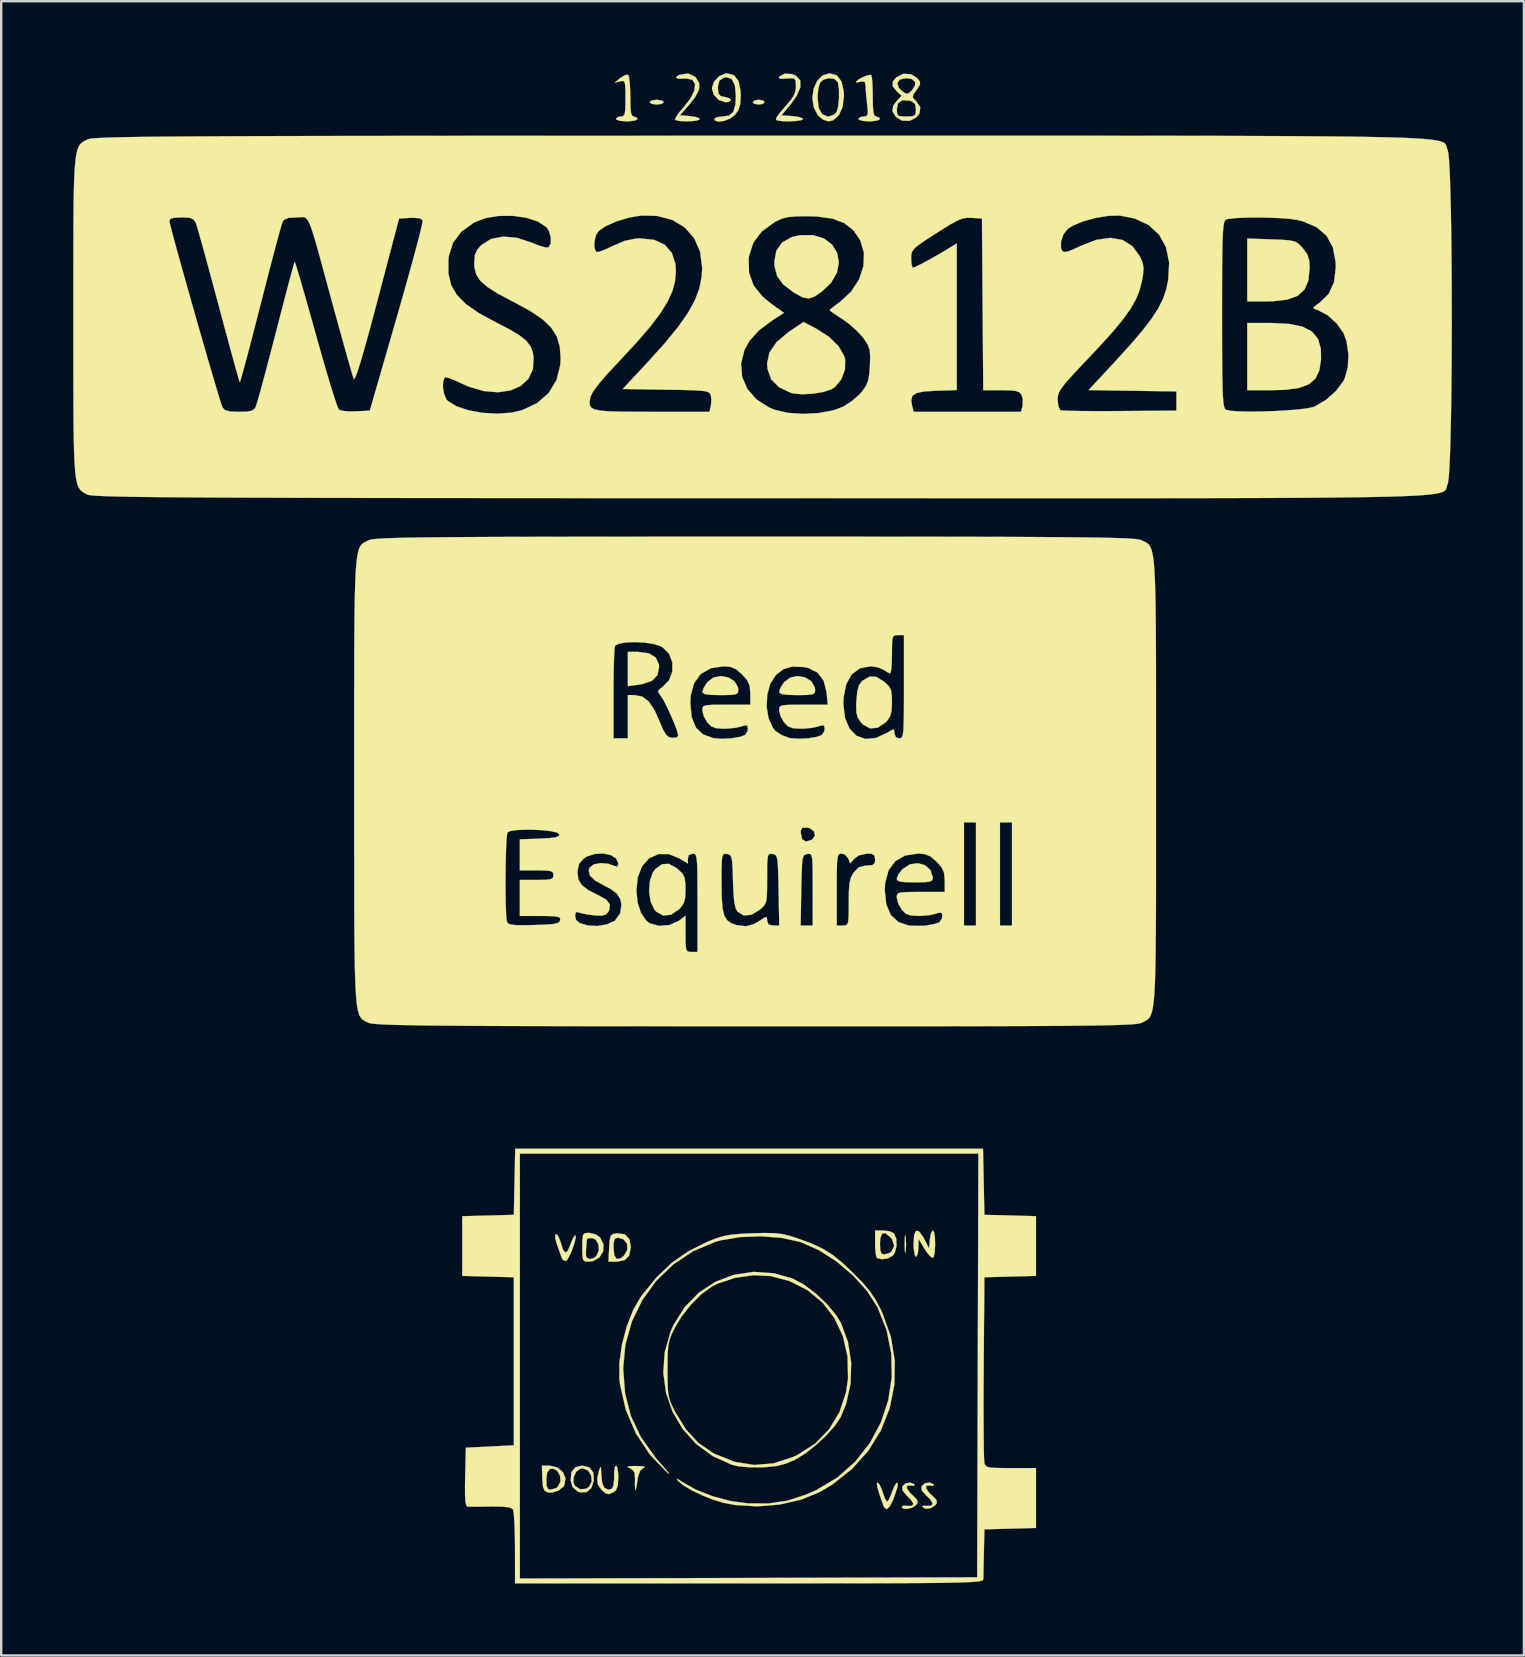
<source format=kicad_pcb>
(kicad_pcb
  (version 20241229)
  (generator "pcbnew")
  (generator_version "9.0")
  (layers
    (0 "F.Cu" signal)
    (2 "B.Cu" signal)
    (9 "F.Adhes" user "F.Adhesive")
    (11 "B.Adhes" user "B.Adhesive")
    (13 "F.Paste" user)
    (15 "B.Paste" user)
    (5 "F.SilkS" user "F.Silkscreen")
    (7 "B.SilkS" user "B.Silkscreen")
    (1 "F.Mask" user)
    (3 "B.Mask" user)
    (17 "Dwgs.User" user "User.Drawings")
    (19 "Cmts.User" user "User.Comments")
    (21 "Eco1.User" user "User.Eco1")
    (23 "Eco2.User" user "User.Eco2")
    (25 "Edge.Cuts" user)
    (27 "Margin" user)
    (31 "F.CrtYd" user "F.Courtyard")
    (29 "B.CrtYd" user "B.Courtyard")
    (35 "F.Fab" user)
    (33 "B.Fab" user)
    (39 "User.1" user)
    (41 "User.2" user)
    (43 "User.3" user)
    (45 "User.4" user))
  (footprint "WS2812B_BACKART_INV"
    (layer "F.Cu")
    (at 29.905 28.905)
    (property "Reference" "WS2812B_BACKART_INV" (at 0 0 0) (layer "F.SilkS") (effects (font (size 1.524 1.524) (thickness 0.3))))
    (attr through_hole)
    (fp_poly (pts (xy -1.162 -27.766) (xy -1.1 -27.7) (xy -1.186 -27.625) (xy -1.35 -27.6) (xy -1.538 -27.634) (xy -1.6 -27.7) (xy -1.514 -27.775) (xy -1.35 -27.8) (xy -1.162 -27.766)) (stroke (width 0.01) (type solid)) (fill yes) (layer "F.SilkS"))
    (fp_poly (pts (xy 4.772 19.574) (xy 4.772 19.577) (xy 4.789 19.903) (xy 4.771 20.177) (xy 4.751 20.232) (xy 4.736 20.113) (xy 4.731 19.85) (xy 4.737 19.593) (xy 4.752 19.495) (xy 4.772 19.574)) (stroke (width 0.01) (type solid)) (fill yes) (layer "F.SilkS"))
    (fp_poly (pts (xy -5.926 -4.74) (xy -5.636 -4.561) (xy -5.507 -4.266) (xy -5.5 -4.16) (xy -5.571 -3.828) (xy -5.792 -3.599) (xy -6.18 -3.462) (xy -6.332 -3.437) (xy -6.8 -3.373) (xy -6.8 -4.8) (xy -6.372 -4.8) (xy -5.926 -4.74)) (stroke (width 0.01) (type solid)) (fill yes) (layer "F.SilkS"))
    (fp_poly (pts (xy -5.389 -27.771) (xy -5.3 -27.701) (xy -5.3 -27.7) (xy -5.387 -27.63) (xy -5.596 -27.6) (xy -5.6 -27.6) (xy -5.811 -27.629) (xy -5.9 -27.699) (xy -5.9 -27.7) (xy -5.813 -27.77) (xy -5.604 -27.8) (xy -5.6 -27.8) (xy -5.389 -27.771)) (stroke (width 0.01) (type solid)) (fill yes) (layer "F.SilkS"))
    (fp_poly (pts (xy 20.741 -18.464) (xy 21.298 -18.349) (xy 21.695 -18.145) (xy 21.946 -17.841) (xy 22.066 -17.428) (xy 22.074 -16.979) (xy 22.003 -16.526) (xy 21.842 -16.187) (xy 21.569 -15.948) (xy 21.162 -15.796) (xy 20.601 -15.718) (xy 20.003 -15.7) (xy 19 -15.7) (xy 19 -18.5) (xy 20.01 -18.5) (xy 20.741 -18.464)) (stroke (width 0.01) (type solid)) (fill yes) (layer "F.SilkS"))
    (fp_poly (pts (xy -6.173 29.124) (xy -6.09 29.155) (xy -6.15 29.192) (xy -6.29 29.306) (xy -6.376 29.548) (xy -6.409 29.759) (xy -6.447 30.008) (xy -6.48 30.12) (xy -6.494 30.1) (xy -6.507 29.897) (xy -6.502 29.625) (xy -6.524 29.373) (xy -6.651 29.237) (xy -6.717 29.206) (xy -6.821 29.152) (xy -6.772 29.123) (xy -6.549 29.114) (xy -6.45 29.113) (xy -6.173 29.124)) (stroke (width 0.01) (type solid)) (fill yes) (layer "F.SilkS"))
    (fp_poly (pts (xy -2.616 -3.738) (xy -2.361 -3.577) (xy -2.215 -3.326) (xy -2.2 -3.2) (xy -2.218 -3.098) (xy -2.298 -3.038) (xy -2.484 -3.009) (xy -2.815 -3) (xy -2.95 -3) (xy -3.356 -3.01) (xy -3.593 -3.042) (xy -3.692 -3.103) (xy -3.7 -3.137) (xy -3.642 -3.305) (xy -3.501 -3.525) (xy -3.493 -3.537) (xy -3.237 -3.732) (xy -2.927 -3.794) (xy -2.616 -3.738)) (stroke (width 0.01) (type solid)) (fill yes) (layer "F.SilkS"))
    (fp_poly (pts (xy 0.584 -3.738) (xy 0.839 -3.577) (xy 0.985 -3.326) (xy 1 -3.2) (xy 0.982 -3.098) (xy 0.902 -3.038) (xy 0.716 -3.009) (xy 0.385 -3) (xy 0.25 -3) (xy -0.156 -3.01) (xy -0.393 -3.042) (xy -0.492 -3.103) (xy -0.5 -3.137) (xy -0.442 -3.305) (xy -0.301 -3.525) (xy -0.293 -3.537) (xy -0.037 -3.732) (xy 0.273 -3.794) (xy 0.584 -3.738)) (stroke (width 0.01) (type solid)) (fill yes) (layer "F.SilkS"))
    (fp_poly (pts (xy 5.575 4.084) (xy 5.8 4.283) (xy 5.899 4.583) (xy 5.9 4.622) (xy 5.876 4.714) (xy 5.776 4.768) (xy 5.56 4.793) (xy 5.187 4.8) (xy 5.15 4.8) (xy 4.757 4.793) (xy 4.526 4.765) (xy 4.42 4.71) (xy 4.4 4.645) (xy 4.466 4.474) (xy 4.628 4.263) (xy 4.645 4.245) (xy 4.948 4.05) (xy 5.274 4.002) (xy 5.575 4.084)) (stroke (width 0.01) (type solid)) (fill yes) (layer "F.SilkS"))
    (fp_poly (pts (xy 20.008 -21.984) (xy 20.467 -21.966) (xy 20.773 -21.941) (xy 20.974 -21.896) (xy 21.116 -21.817) (xy 21.246 -21.692) (xy 21.308 -21.623) (xy 21.497 -21.37) (xy 21.582 -21.106) (xy 21.6 -20.793) (xy 21.55 -20.28) (xy 21.389 -19.898) (xy 21.099 -19.634) (xy 20.664 -19.474) (xy 20.066 -19.405) (xy 19.803 -19.4) (xy 19 -19.4) (xy 19 -22.019) (xy 20.008 -21.984)) (stroke (width 0.01) (type solid)) (fill yes) (layer "F.SilkS"))
    (fp_poly (pts (xy -4.788 4.195) (xy -4.708 4.259) (xy -4.53 4.43) (xy -4.437 4.606) (xy -4.404 4.861) (xy -4.4 5.09) (xy -4.414 5.441) (xy -4.473 5.669) (xy -4.602 5.852) (xy -4.68 5.931) (xy -5.011 6.152) (xy -5.33 6.182) (xy -5.617 6.021) (xy -5.693 5.937) (xy -5.852 5.606) (xy -5.916 5.189) (xy -5.886 4.762) (xy -5.765 4.397) (xy -5.655 4.245) (xy -5.376 4.045) (xy -5.099 4.028) (xy -4.788 4.195)) (stroke (width 0.01) (type solid)) (fill yes) (layer "F.SilkS"))
    (fp_poly (pts (xy 1.361 -22.024) (xy 1.703 -21.768) (xy 1.916 -21.425) (xy 1.988 -21.025) (xy 1.908 -20.598) (xy 1.663 -20.173) (xy 1.269 -19.8) (xy 0.961 -19.596) (xy 0.719 -19.52) (xy 0.472 -19.571) (xy 0.151 -19.747) (xy 0.092 -19.784) (xy -0.332 -20.108) (xy -0.584 -20.454) (xy -0.691 -20.864) (xy -0.7 -21.054) (xy -0.616 -21.512) (xy -0.37 -21.857) (xy 0.031 -22.081) (xy 0.338 -22.153) (xy 0.902 -22.162) (xy 1.361 -22.024)) (stroke (width 0.01) (type solid)) (fill yes) (layer "F.SilkS"))
    (fp_poly (pts (xy 1.06 -18.258) (xy 1.582 -17.921) (xy 1.975 -17.533) (xy 2.21 -17.127) (xy 2.251 -16.977) (xy 2.243 -16.557) (xy 2.089 -16.152) (xy 1.824 -15.834) (xy 1.683 -15.741) (xy 1.347 -15.628) (xy 0.909 -15.555) (xy 0.456 -15.532) (xy 0.077 -15.567) (xy -0.006 -15.589) (xy -0.503 -15.824) (xy -0.826 -16.15) (xy -0.982 -16.578) (xy -1 -16.82) (xy -0.903 -17.268) (xy -0.612 -17.697) (xy -0.125 -18.112) (xy -0.044 -18.167) (xy 0.519 -18.541) (xy 1.06 -18.258)) (stroke (width 0.01) (type solid)) (fill yes) (layer "F.SilkS"))
    (fp_poly (pts (xy 3.683 29.886) (xy 3.78 30.103) (xy 3.812 30.2) (xy 3.901 30.447) (xy 3.979 30.588) (xy 4 30.6) (xy 4.07 30.515) (xy 4.165 30.3) (xy 4.2 30.2) (xy 4.303 29.949) (xy 4.393 29.817) (xy 4.444 29.822) (xy 4.43 29.978) (xy 4.404 30.075) (xy 4.245 30.533) (xy 4.1 30.815) (xy 3.973 30.914) (xy 3.868 30.823) (xy 3.849 30.775) (xy 3.686 30.309) (xy 3.595 30.006) (xy 3.57 29.844) (xy 3.6 29.8) (xy 3.683 29.886)) (stroke (width 0.01) (type solid)) (fill yes) (layer "F.SilkS"))
    (fp_poly (pts (xy -9.722 19.501) (xy -9.633 19.693) (xy -9.602 19.793) (xy -9.498 20.107) (xy -9.401 20.225) (xy -9.303 20.148) (xy -9.199 19.897) (xy -9.101 19.651) (xy -9.013 19.512) (xy -8.99 19.5) (xy -8.969 19.58) (xy -9.012 19.78) (xy -9.098 20.041) (xy -9.205 20.301) (xy -9.31 20.5) (xy -9.383 20.578) (xy -9.505 20.531) (xy -9.56 20.433) (xy -9.634 20.22) (xy -9.738 19.931) (xy -9.757 19.879) (xy -9.828 19.617) (xy -9.815 19.463) (xy -9.802 19.451) (xy -9.722 19.501)) (stroke (width 0.01) (type solid)) (fill yes) (layer "F.SilkS"))
    (fp_poly (pts (xy 3.546 -3.76) (xy 3.855 -3.572) (xy 3.892 -3.541) (xy 4.07 -3.371) (xy 4.162 -3.196) (xy 4.196 -2.944) (xy 4.2 -2.705) (xy 4.185 -2.347) (xy 4.125 -2.113) (xy 3.995 -1.925) (xy 3.936 -1.864) (xy 3.612 -1.643) (xy 3.288 -1.613) (xy 2.991 -1.774) (xy 2.898 -1.875) (xy 2.776 -2.064) (xy 2.718 -2.276) (xy 2.71 -2.583) (xy 2.721 -2.788) (xy 2.759 -3.17) (xy 2.827 -3.411) (xy 2.945 -3.573) (xy 2.992 -3.613) (xy 3.273 -3.773) (xy 3.546 -3.76)) (stroke (width 0.01) (type solid)) (fill yes) (layer "F.SilkS"))
    (fp_poly (pts (xy 5.93 29.871) (xy 5.944 29.891) (xy 5.912 29.942) (xy 5.8 29.929) (xy 5.636 29.928) (xy 5.616 30.032) (xy 5.735 30.211) (xy 5.872 30.343) (xy 6.044 30.514) (xy 6.073 30.635) (xy 6.01 30.739) (xy 5.822 30.867) (xy 5.607 30.896) (xy 5.459 30.814) (xy 5.5 30.767) (xy 5.653 30.776) (xy 5.849 30.769) (xy 5.893 30.663) (xy 5.786 30.486) (xy 5.633 30.345) (xy 5.441 30.127) (xy 5.43 29.966) (xy 5.564 29.838) (xy 5.765 29.801) (xy 5.93 29.871)) (stroke (width 0.01) (type solid)) (fill yes) (layer "F.SilkS"))
    (fp_poly (pts (xy 5.13 29.871) (xy 5.144 29.891) (xy 5.112 29.942) (xy 5 29.929) (xy 4.836 29.928) (xy 4.816 30.032) (xy 4.935 30.211) (xy 5.072 30.343) (xy 5.244 30.514) (xy 5.273 30.635) (xy 5.21 30.739) (xy 5.052 30.844) (xy 4.845 30.897) (xy 4.668 30.887) (xy 4.6 30.814) (xy 4.683 30.766) (xy 4.85 30.776) (xy 5.049 30.773) (xy 5.087 30.67) (xy 4.966 30.488) (xy 4.833 30.361) (xy 4.643 30.133) (xy 4.63 29.966) (xy 4.764 29.838) (xy 4.965 29.802) (xy 5.13 29.871)) (stroke (width 0.01) (type solid)) (fill yes) (layer "F.SilkS"))
    (fp_poly (pts (xy -8.401 29.173) (xy -8.241 29.388) (xy -8.218 29.707) (xy -8.319 30.027) (xy -8.523 30.202) (xy -8.796 30.21) (xy -8.901 30.169) (xy -9.108 29.982) (xy -9.153 29.818) (xy -9.064 29.818) (xy -9.005 29.944) (xy -8.78 30.085) (xy -8.529 30.057) (xy -8.42 29.98) (xy -8.304 29.753) (xy -8.327 29.507) (xy -8.459 29.306) (xy -8.673 29.212) (xy -8.768 29.218) (xy -8.948 29.34) (xy -9.056 29.57) (xy -9.064 29.818) (xy -9.153 29.818) (xy -9.182 29.716) (xy -9.152 29.368) (xy -8.982 29.162) (xy -8.7 29.1) (xy -8.401 29.173)) (stroke (width 0.01) (type solid)) (fill yes) (layer "F.SilkS"))
    (fp_poly (pts (xy -7.237 29.19) (xy -7.206 29.42) (xy -7.2 29.596) (xy -7.219 29.923) (xy -7.289 30.11) (xy -7.393 30.196) (xy -7.585 30.284) (xy -7.718 30.262) (xy -7.886 30.114) (xy -7.9 30.1) (xy -8.051 29.884) (xy -8.078 29.626) (xy -8 29.3) (xy -7.948 29.159) (xy -7.922 29.182) (xy -7.911 29.388) (xy -7.91 29.417) (xy -7.873 29.803) (xy -7.781 30.021) (xy -7.621 30.099) (xy -7.589 30.1) (xy -7.472 30.066) (xy -7.404 29.941) (xy -7.373 29.685) (xy -7.369 29.325) (xy -7.339 29.149) (xy -7.286 29.1) (xy -7.237 29.19)) (stroke (width 0.01) (type solid)) (fill yes) (layer "F.SilkS"))
    (fp_poly (pts (xy 5.959 19.388) (xy 5.989 19.608) (xy 5.998 19.891) (xy 5.984 20.17) (xy 5.948 20.378) (xy 5.91 20.444) (xy 5.812 20.399) (xy 5.661 20.222) (xy 5.564 20.075) (xy 5.308 19.65) (xy 5.304 20.025) (xy 5.278 20.266) (xy 5.218 20.394) (xy 5.2 20.4) (xy 5.145 20.31) (xy 5.109 20.076) (xy 5.1 19.85) (xy 5.126 19.487) (xy 5.203 19.316) (xy 5.325 19.338) (xy 5.489 19.554) (xy 5.555 19.675) (xy 5.746 20.05) (xy 5.779 19.675) (xy 5.823 19.434) (xy 5.889 19.306) (xy 5.906 19.3) (xy 5.959 19.388)) (stroke (width 0.01) (type solid)) (fill yes) (layer "F.SilkS"))
    (fp_poly (pts (xy -6.927 19.463) (xy -6.737 19.661) (xy -6.678 20.005) (xy -6.678 20.01) (xy -6.748 20.352) (xy -6.944 20.543) (xy -7.267 20.6) (xy -7.61 20.6) (xy -7.58 20.025) (xy -7.577 19.983) (xy -7.4 19.983) (xy -7.367 20.331) (xy -7.267 20.49) (xy -7.1 20.461) (xy -6.957 20.343) (xy -6.819 20.098) (xy -6.836 19.852) (xy -6.986 19.665) (xy -7.22 19.6) (xy -7.342 19.644) (xy -7.393 19.808) (xy -7.4 19.983) (xy -7.577 19.983) (xy -7.558 19.701) (xy -7.515 19.526) (xy -7.423 19.45) (xy -7.254 19.421) (xy -7.241 19.42) (xy -6.927 19.463)) (stroke (width 0.01) (type solid)) (fill yes) (layer "F.SilkS"))
    (fp_poly (pts (xy -9.737 29.175) (xy -9.507 29.367) (xy -9.398 29.627) (xy -9.444 29.905) (xy -9.477 29.96) (xy -9.694 30.14) (xy -9.985 30.224) (xy -10.15 30.209) (xy -10.272 30.137) (xy -10.337 29.978) (xy -10.362 29.697) (xy -10.2 29.697) (xy -10.181 29.964) (xy -10.111 30.081) (xy -10.02 30.1) (xy -9.798 30.037) (xy -9.72 29.98) (xy -9.611 29.768) (xy -9.623 29.531) (xy -9.729 29.328) (xy -9.903 29.221) (xy -10.049 29.236) (xy -10.164 29.386) (xy -10.2 29.697) (xy -10.362 29.697) (xy -10.363 29.679) (xy -10.365 29.625) (xy -10.381 29.1) (xy -10.056 29.1) (xy -9.737 29.175)) (stroke (width 0.01) (type solid)) (fill yes) (layer "F.SilkS"))
    (fp_poly (pts (xy -4.008 -28.76) (xy -3.965 -28.717) (xy -3.826 -28.479) (xy -3.837 -28.215) (xy -4.007 -27.895) (xy -4.217 -27.631) (xy -4.635 -27.15) (xy -4.217 -27.119) (xy -3.96 -27.08) (xy -3.813 -27.019) (xy -3.8 -26.994) (xy -3.888 -26.943) (xy -4.104 -26.911) (xy -4.376 -26.901) (xy -4.635 -26.913) (xy -4.808 -26.95) (xy -4.832 -26.965) (xy -4.805 -27.067) (xy -4.669 -27.264) (xy -4.502 -27.459) (xy -4.198 -27.846) (xy -4.03 -28.184) (xy -4.001 -28.452) (xy -4.11 -28.626) (xy -4.359 -28.687) (xy -4.451 -28.681) (xy -4.699 -28.676) (xy -4.798 -28.721) (xy -4.729 -28.8) (xy -4.642 -28.839) (xy -4.291 -28.893) (xy -4.008 -28.76)) (stroke (width 0.01) (type solid)) (fill yes) (layer "F.SilkS"))
    (fp_poly (pts (xy 4.095 19.334) (xy 4.277 19.417) (xy 4.28 19.42) (xy 4.378 19.635) (xy 4.392 19.932) (xy 4.325 20.215) (xy 4.243 20.343) (xy 4.034 20.461) (xy 3.78 20.5) (xy 3.582 20.447) (xy 3.567 20.433) (xy 3.529 20.303) (xy 3.505 20.041) (xy 3.5 19.85) (xy 3.7 19.85) (xy 3.715 20.135) (xy 3.772 20.269) (xy 3.88 20.3) (xy 4.102 20.237) (xy 4.18 20.18) (xy 4.293 19.948) (xy 4.215 19.686) (xy 4.135 19.583) (xy 3.928 19.413) (xy 3.786 19.431) (xy 3.712 19.637) (xy 3.7 19.85) (xy 3.5 19.85) (xy 3.5 19.833) (xy 3.5 19.3) (xy 3.83 19.3) (xy 4.095 19.334)) (stroke (width 0.01) (type solid)) (fill yes) (layer "F.SilkS"))
    (fp_poly (pts (xy -8.145 19.463) (xy -7.965 19.583) (xy -7.815 19.872) (xy -7.829 20.17) (xy -7.984 20.423) (xy -8.255 20.577) (xy -8.433 20.6) (xy -8.581 20.589) (xy -8.661 20.526) (xy -8.693 20.362) (xy -8.694 20.321) (xy -8.548 20.321) (xy -8.528 20.425) (xy -8.396 20.498) (xy -8.21 20.446) (xy -8.105 20.356) (xy -8.008 20.126) (xy -8.028 19.874) (xy -8.146 19.679) (xy -8.275 19.618) (xy -8.453 19.624) (xy -8.508 19.668) (xy -8.543 20.077) (xy -8.548 20.321) (xy -8.694 20.321) (xy -8.7 20.052) (xy -8.7 20) (xy -8.696 19.668) (xy -8.668 19.489) (xy -8.594 19.415) (xy -8.452 19.4) (xy -8.415 19.4) (xy -8.145 19.463)) (stroke (width 0.01) (type solid)) (fill yes) (layer "F.SilkS"))
    (fp_poly (pts (xy 0.026 -28.869) (xy 0.207 -28.796) (xy 0.378 -28.608) (xy 0.386 -28.326) (xy 0.235 -27.969) (xy -0.002 -27.636) (xy -0.405 -27.15) (xy 0.048 -27.12) (xy 0.317 -27.083) (xy 0.479 -27.024) (xy 0.5 -26.995) (xy 0.412 -26.946) (xy 0.192 -26.914) (xy -0.091 -26.901) (xy -0.369 -26.908) (xy -0.574 -26.938) (xy -0.632 -26.966) (xy -0.603 -27.066) (xy -0.463 -27.264) (xy -0.249 -27.511) (xy 0.012 -27.815) (xy 0.15 -28.053) (xy 0.198 -28.287) (xy 0.2 -28.356) (xy 0.19 -28.59) (xy 0.122 -28.687) (xy -0.062 -28.695) (xy -0.193 -28.684) (xy -0.437 -28.672) (xy -0.514 -28.709) (xy -0.481 -28.773) (xy -0.268 -28.887) (xy 0.026 -28.869)) (stroke (width 0.01) (type solid)) (fill yes) (layer "F.SilkS"))
    (fp_poly (pts (xy -6.79 -28.844) (xy -6.749 -28.725) (xy -6.718 -28.456) (xy -6.701 -28.088) (xy -6.7 -27.944) (xy -6.694 -27.521) (xy -6.67 -27.262) (xy -6.623 -27.134) (xy -6.55 -27.1) (xy -6.417 -27.046) (xy -6.4 -27) (xy -6.489 -26.94) (xy -6.716 -26.905) (xy -6.85 -26.9) (xy -7.118 -26.92) (xy -7.279 -26.97) (xy -7.3 -27) (xy -7.216 -27.081) (xy -7.1 -27.1) (xy -6.998 -27.117) (xy -6.938 -27.197) (xy -6.909 -27.381) (xy -6.9 -27.709) (xy -6.9 -27.862) (xy -6.903 -28.246) (xy -6.92 -28.468) (xy -6.963 -28.568) (xy -7.045 -28.584) (xy -7.125 -28.567) (xy -7.35 -28.51) (xy -7.115 -28.705) (xy -6.923 -28.825) (xy -6.79 -28.844) (xy -6.79 -28.844)) (stroke (width 0.01) (type solid)) (fill yes) (layer "F.SilkS"))
    (fp_poly (pts (xy 3.337 -28.829) (xy 3.366 -28.707) (xy 3.388 -28.435) (xy 3.399 -28.066) (xy 3.4 -27.933) (xy 3.407 -27.513) (xy 3.431 -27.258) (xy 3.478 -27.132) (xy 3.55 -27.1) (xy 3.683 -27.046) (xy 3.7 -27) (xy 3.611 -26.94) (xy 3.384 -26.905) (xy 3.25 -26.9) (xy 2.982 -26.92) (xy 2.821 -26.97) (xy 2.8 -27) (xy 2.884 -27.079) (xy 3.014 -27.1) (xy 3.136 -27.116) (xy 3.19 -27.197) (xy 3.19 -27.391) (xy 3.165 -27.625) (xy 3.128 -27.974) (xy 3.105 -28.274) (xy 3.101 -28.382) (xy 3.067 -28.548) (xy 2.937 -28.561) (xy 2.9 -28.55) (xy 2.741 -28.521) (xy 2.7 -28.541) (xy 2.781 -28.629) (xy 2.968 -28.733) (xy 3.176 -28.815) (xy 3.321 -28.838) (xy 3.337 -28.829)) (stroke (width 0.01) (type solid)) (fill yes) (layer "F.SilkS"))
    (fp_poly (pts (xy 1.904 -28.815) (xy 2.101 -28.56) (xy 2.193 -28.137) (xy 2.2 -27.941) (xy 2.143 -27.492) (xy 1.984 -27.148) (xy 1.746 -26.943) (xy 1.55 -26.9) (xy 1.314 -26.98) (xy 1.107 -27.163) (xy 0.936 -27.502) (xy 0.885 -27.885) (xy 0.887 -27.9) (xy 1.1 -27.9) (xy 1.147 -27.461) (xy 1.29 -27.196) (xy 1.53 -27.1) (xy 1.55 -27.1) (xy 1.786 -27.176) (xy 1.896 -27.293) (xy 1.962 -27.529) (xy 1.995 -27.871) (xy 1.993 -28.228) (xy 1.951 -28.508) (xy 1.939 -28.542) (xy 1.799 -28.669) (xy 1.571 -28.699) (xy 1.341 -28.636) (xy 1.204 -28.507) (xy 1.137 -28.283) (xy 1.102 -27.974) (xy 1.1 -27.9) (xy 0.887 -27.9) (xy 0.941 -28.264) (xy 1.09 -28.591) (xy 1.32 -28.819) (xy 1.602 -28.9) (xy 1.904 -28.815)) (stroke (width 0.01) (type solid)) (fill yes) (layer "F.SilkS"))
    (fp_poly (pts (xy -2.375 -28.819) (xy -2.189 -28.574) (xy -2.106 -28.16) (xy -2.1 -27.982) (xy -2.12 -27.617) (xy -2.194 -27.37) (xy -2.345 -27.165) (xy -2.548 -27.014) (xy -2.795 -26.918) (xy -3.024 -26.887) (xy -3.173 -26.934) (xy -3.2 -27) (xy -3.112 -27.066) (xy -2.896 -27.099) (xy -2.854 -27.1) (xy -2.58 -27.145) (xy -2.408 -27.299) (xy -2.321 -27.593) (xy -2.3 -27.986) (xy -2.345 -28.409) (xy -2.476 -28.662) (xy -2.688 -28.74) (xy -2.828 -28.709) (xy -2.991 -28.592) (xy -3.048 -28.367) (xy -3.05 -28.289) (xy -3.028 -28.053) (xy -2.928 -27.949) (xy -2.775 -27.918) (xy -2.562 -27.858) (xy -2.508 -27.773) (xy -2.62 -27.709) (xy -2.735 -27.7) (xy -3.013 -27.789) (xy -3.223 -28.011) (xy -3.3 -28.283) (xy -3.213 -28.552) (xy -2.997 -28.779) (xy -2.723 -28.896) (xy -2.665 -28.9) (xy -2.375 -28.819)) (stroke (width 0.01) (type solid)) (fill yes) (layer "F.SilkS"))
    (fp_poly (pts (xy 4.995 -28.863) (xy 5.252 -28.698) (xy 5.366 -28.553) (xy 5.368 -28.432) (xy 5.254 -28.251) (xy 5.222 -28.209) (xy 5.087 -28.012) (xy 5.069 -27.896) (xy 5.165 -27.782) (xy 5.205 -27.745) (xy 5.378 -27.493) (xy 5.352 -27.237) (xy 5.217 -27.065) (xy 4.932 -26.922) (xy 4.62 -26.93) (xy 4.365 -27.083) (xy 4.218 -27.324) (xy 4.23 -27.403) (xy 4.4 -27.403) (xy 4.416 -27.209) (xy 4.5 -27.122) (xy 4.712 -27.1) (xy 4.8 -27.1) (xy 5.057 -27.112) (xy 5.171 -27.176) (xy 5.199 -27.335) (xy 5.2 -27.398) (xy 5.16 -27.63) (xy 5.007 -27.742) (xy 4.95 -27.759) (xy 4.636 -27.784) (xy 4.455 -27.663) (xy 4.4 -27.403) (xy 4.23 -27.403) (xy 4.253 -27.554) (xy 4.402 -27.752) (xy 4.603 -27.966) (xy 4.402 -28.149) (xy 4.227 -28.369) (xy 4.236 -28.494) (xy 4.419 -28.494) (xy 4.488 -28.293) (xy 4.601 -28.179) (xy 4.774 -28.055) (xy 4.889 -28.06) (xy 5.031 -28.187) (xy 5.161 -28.391) (xy 5.167 -28.542) (xy 5.021 -28.665) (xy 4.8 -28.7) (xy 4.528 -28.642) (xy 4.419 -28.494) (xy 4.236 -28.494) (xy 4.241 -28.568) (xy 4.383 -28.735) (xy 4.675 -28.881) (xy 4.995 -28.863)) (stroke (width 0.01) (type solid)) (fill yes) (layer "F.SilkS"))
    (fp_poly (pts (xy -0.713 21.086) (xy 0.05 21.3) (xy 0.524 21.551) (xy 1.027 21.929) (xy 1.502 22.38) (xy 1.89 22.852) (xy 2.073 23.152) (xy 2.368 23.95) (xy 2.502 24.813) (xy 2.475 25.692) (xy 2.287 26.537) (xy 2.057 27.087) (xy 1.81 27.451) (xy 1.442 27.86) (xy 1.005 28.264) (xy 0.554 28.614) (xy 0.161 28.851) (xy -0.227 29.016) (xy -0.603 29.112) (xy -1.058 29.159) (xy -1.239 29.168) (xy -1.761 29.165) (xy -2.212 29.121) (xy -2.453 29.066) (xy -3.263 28.702) (xy -3.954 28.195) (xy -4.516 27.57) (xy -4.939 26.85) (xy -5.211 26.062) (xy -5.324 25.229) (xy -5.315 25.1) (xy -5.15 25.1) (xy -5.147 25.604) (xy -5.132 25.962) (xy -5.094 26.229) (xy -5.023 26.459) (xy -4.91 26.707) (xy -4.822 26.878) (xy -4.377 27.596) (xy -3.87 28.148) (xy -3.273 28.561) (xy -3.17 28.615) (xy -2.343 28.941) (xy -1.537 29.071) (xy -0.735 29.003) (xy 0.076 28.74) (xy 0.27 28.649) (xy 0.996 28.185) (xy 1.582 27.585) (xy 2.016 26.866) (xy 2.287 26.048) (xy 2.371 25.469) (xy 2.351 24.554) (xy 2.159 23.71) (xy 1.808 22.956) (xy 1.312 22.309) (xy 0.683 21.787) (xy -0.065 21.408) (xy -0.85 21.2) (xy -1.58 21.166) (xy -2.345 21.276) (xy -3.061 21.515) (xy -3.3 21.635) (xy -3.735 21.951) (xy -4.181 22.397) (xy -4.584 22.913) (xy -4.85 23.358) (xy -4.981 23.629) (xy -5.067 23.863) (xy -5.118 24.112) (xy -5.142 24.431) (xy -5.15 24.875) (xy -5.15 25.1) (xy -5.315 25.1) (xy -5.266 24.376) (xy -5.026 23.529) (xy -4.9 23.242) (xy -4.434 22.497) (xy -3.842 21.892) (xy -3.15 21.439) (xy -2.381 21.148) (xy -1.561 21.026) (xy -0.713 21.086)) (stroke (width 0.01) (type solid)) (fill yes) (layer "F.SilkS"))
    (fp_poly (pts (xy 8.05 18.65) (xy 10.2 18.707) (xy 10.2 21.193) (xy 9.125 21.222) (xy 8.05 21.25) (xy 8.022 25) (xy 8.017 25.855) (xy 8.016 26.654) (xy 8.017 27.372) (xy 8.021 27.987) (xy 8.027 28.474) (xy 8.037 28.81) (xy 8.048 28.971) (xy 8.049 28.975) (xy 8.084 29.075) (xy 8.155 29.14) (xy 8.3 29.178) (xy 8.557 29.195) (xy 8.962 29.2) (xy 9.152 29.2) (xy 10.2 29.2) (xy 10.2 31.693) (xy 9.125 31.722) (xy 8.05 31.75) (xy 8.03 32.7) (xy 8.021 33.134) (xy 8.013 33.505) (xy 8.007 33.759) (xy 8.005 33.825) (xy 7.996 33.854) (xy 7.963 33.88) (xy 7.895 33.902) (xy 7.78 33.922) (xy 7.606 33.938) (xy 7.362 33.952) (xy 7.035 33.964) (xy 6.616 33.974) (xy 6.09 33.982) (xy 5.448 33.988) (xy 4.678 33.992) (xy 3.767 33.996) (xy 2.704 33.998) (xy 1.478 33.999) (xy 0.077 34) (xy -1.511 34) (xy -1.75 34) (xy -11.5 34) (xy -11.502 32.525) (xy -11.508 31.994) (xy -11.523 31.53) (xy -11.546 31.171) (xy -11.574 30.956) (xy -11.586 30.918) (xy -11.709 30.847) (xy -11.979 30.808) (xy -12.42 30.799) (xy -12.51 30.8) (xy -12.912 30.806) (xy -13.244 30.808) (xy -13.449 30.808) (xy -13.478 30.807) (xy -13.533 30.756) (xy -13.568 30.595) (xy -13.584 30.296) (xy -13.583 29.835) (xy -13.578 29.575) (xy -13.55 28.35) (xy -11.55 28.25) (xy -11.55 21.25) (xy -12.625 21.222) (xy -13.7 21.193) (xy -13.7 18.707) (xy -11.55 18.65) (xy -11.522 17.275) (xy -11.498 16.1) (xy -11.3 16.1) (xy -11.3 33.801) (xy -1.775 33.776) (xy 7.75 33.75) (xy 7.801 16.1) (xy -11.3 16.1) (xy -11.498 16.1) (xy -11.494 15.9) (xy 7.994 15.9) (xy 8.05 18.65)) (stroke (width 0.01) (type solid)) (fill yes) (layer "F.SilkS"))
    (fp_poly (pts (xy -0.684 19.415) (xy -0.362 19.453) (xy -0.055 19.527) (xy 0.182 19.602) (xy 0.805 19.826) (xy 1.295 20.05) (xy 1.717 20.311) (xy 2.136 20.65) (xy 2.574 21.066) (xy 2.984 21.486) (xy 3.283 21.839) (xy 3.516 22.185) (xy 3.727 22.583) (xy 3.797 22.731) (xy 4.153 23.725) (xy 4.318 24.731) (xy 4.3 25.729) (xy 4.106 26.699) (xy 3.743 27.62) (xy 3.217 28.472) (xy 2.536 29.236) (xy 1.707 29.891) (xy 1.198 30.193) (xy 0.409 30.517) (xy -0.485 30.719) (xy -1.424 30.794) (xy -2.348 30.735) (xy -2.822 30.645) (xy -3.252 30.514) (xy -3.711 30.331) (xy -4.143 30.123) (xy -4.493 29.916) (xy -4.705 29.738) (xy -4.706 29.737) (xy -4.764 29.646) (xy -4.691 29.674) (xy -4.537 29.777) (xy -3.96 30.103) (xy -3.259 30.377) (xy -2.509 30.574) (xy -1.816 30.669) (xy -0.945 30.674) (xy -0.164 30.56) (xy 0.608 30.311) (xy 1.06 30.112) (xy 1.932 29.589) (xy 2.674 28.931) (xy 3.279 28.161) (xy 3.739 27.302) (xy 4.047 26.377) (xy 4.193 25.41) (xy 4.172 24.424) (xy 3.975 23.443) (xy 3.596 22.493) (xy 3.163 21.822) (xy 2.58 21.175) (xy 1.894 20.594) (xy 1.154 20.119) (xy 0.408 19.79) (xy 0.355 19.773) (xy -0.405 19.608) (xy -1.259 19.542) (xy -2.126 19.576) (xy -2.927 19.71) (xy -3.162 19.775) (xy -4.086 20.165) (xy -4.912 20.716) (xy -5.623 21.404) (xy -6.204 22.206) (xy -6.637 23.101) (xy -6.907 24.066) (xy -6.997 25.05) (xy -6.918 26.088) (xy -6.675 27.034) (xy -6.256 27.915) (xy -5.652 28.761) (xy -5.464 28.977) (xy -5.236 29.237) (xy -5.107 29.399) (xy -5.091 29.443) (xy -5.148 29.4) (xy -5.885 28.634) (xy -6.468 27.751) (xy -6.886 26.772) (xy -7.126 25.721) (xy -7.154 25.48) (xy -7.154 24.803) (xy -7.046 24.055) (xy -6.848 23.302) (xy -6.577 22.61) (xy -6.25 22.048) (xy -6.242 22.037) (xy -5.615 21.266) (xy -4.979 20.658) (xy -4.293 20.176) (xy -3.513 19.785) (xy -3.513 19.785) (xy -3.142 19.636) (xy -2.823 19.538) (xy -2.489 19.477) (xy -2.075 19.44) (xy -1.618 19.419) (xy -1.082 19.406) (xy -0.684 19.415)) (stroke (width 0.01) (type solid)) (fill yes) (layer "F.SilkS"))
    (fp_poly (pts (xy 0.602 -9.6) (xy 2.514 -9.599) (xy 4.244 -9.598) (xy 5.801 -9.597) (xy 7.194 -9.594) (xy 8.433 -9.592) (xy 9.526 -9.588) (xy 10.483 -9.583) (xy 11.312 -9.577) (xy 12.024 -9.571) (xy 12.626 -9.563) (xy 13.128 -9.554) (xy 13.539 -9.543) (xy 13.868 -9.532) (xy 14.125 -9.518) (xy 14.317 -9.503) (xy 14.455 -9.487) (xy 14.548 -9.468) (xy 14.603 -9.448) (xy 14.702 -9.4) (xy 14.789 -9.355) (xy 14.866 -9.301) (xy 14.932 -9.226) (xy 14.989 -9.118) (xy 15.037 -8.966) (xy 15.078 -8.757) (xy 15.111 -8.48) (xy 15.137 -8.121) (xy 15.158 -7.67) (xy 15.174 -7.114) (xy 15.185 -6.441) (xy 15.192 -5.64) (xy 15.197 -4.697) (xy 15.199 -3.602) (xy 15.2 -2.342) (xy 15.2 -0.905) (xy 15.2 0.6) (xy 15.2 2.212) (xy 15.2 3.636) (xy 15.199 4.884) (xy 15.197 5.968) (xy 15.192 6.9) (xy 15.184 7.692) (xy 15.173 8.357) (xy 15.157 8.905) (xy 15.136 9.349) (xy 15.109 9.702) (xy 15.075 9.974) (xy 15.034 10.179) (xy 14.985 10.327) (xy 14.928 10.432) (xy 14.861 10.505) (xy 14.784 10.558) (xy 14.696 10.603) (xy 14.603 10.648) (xy 14.547 10.668) (xy 14.455 10.687) (xy 14.317 10.703) (xy 14.125 10.718) (xy 13.869 10.731) (xy 13.54 10.743) (xy 13.129 10.754) (xy 12.628 10.762) (xy 12.026 10.77) (xy 11.316 10.777) (xy 10.487 10.782) (xy 9.531 10.787) (xy 8.439 10.79) (xy 7.202 10.793) (xy 5.81 10.795) (xy 4.254 10.796) (xy 2.526 10.796) (xy 0.616 10.796) (xy -1.484 10.796) (xy -1.52 10.796) (xy -3.628 10.795) (xy -5.545 10.794) (xy -7.279 10.793) (xy -8.841 10.791) (xy -10.239 10.788) (xy -11.482 10.785) (xy -12.579 10.781) (xy -13.539 10.776) (xy -14.37 10.77) (xy -15.083 10.763) (xy -15.686 10.754) (xy -16.188 10.745) (xy -16.598 10.734) (xy -16.925 10.722) (xy -17.179 10.709) (xy -17.367 10.694) (xy -17.499 10.677) (xy -17.584 10.659) (xy -17.624 10.643) (xy -17.719 10.594) (xy -17.803 10.547) (xy -17.877 10.492) (xy -17.941 10.415) (xy -17.996 10.305) (xy -18.043 10.149) (xy -18.082 9.936) (xy -18.114 9.655) (xy -18.139 9.291) (xy -18.159 8.835) (xy -18.175 8.273) (xy -18.185 7.594) (xy -18.193 6.785) (xy -18.197 5.835) (xy -18.199 4.731) (xy -18.199 4.61) (xy -11.897 4.61) (xy -11.897 5.144) (xy -11.89 5.636) (xy -11.877 6.045) (xy -11.858 6.332) (xy -11.838 6.445) (xy -11.783 6.518) (xy -11.66 6.562) (xy -11.433 6.584) (xy -11.068 6.586) (xy -10.714 6.578) (xy -10.235 6.562) (xy -9.921 6.538) (xy -9.737 6.5) (xy -9.647 6.441) (xy -9.619 6.375) (xy -9.623 6.29) (xy -9.7 6.238) (xy -9.885 6.211) (xy -10.216 6.201) (xy -10.443 6.2) (xy -11.3 6.2) (xy -11.3 6.183) (xy -9 6.183) (xy -8.957 6.372) (xy -8.802 6.497) (xy -8.492 6.59) (xy -8.459 6.597) (xy -8.073 6.62) (xy -7.676 6.551) (xy -7.364 6.41) (xy -7.337 6.389) (xy -7.117 6.086) (xy -7.067 5.712) (xy -7.113 5.507) (xy -7.245 5.283) (xy -7.446 5.126) (xy -6.445 5.126) (xy -6.396 5.64) (xy -6.253 6.082) (xy -6.027 6.404) (xy -5.887 6.507) (xy -5.504 6.612) (xy -5.078 6.58) (xy -4.702 6.417) (xy -4.688 6.407) (xy -4.4 6.194) (xy -4.4 6.947) (xy -4.397 7.329) (xy -4.378 7.554) (xy -4.33 7.662) (xy -4.239 7.697) (xy -4.15 7.7) (xy -3.9 7.7) (xy -3.9 5.65) (xy -3.901 4.961) (xy -3.902 4.803) (xy -2.9 4.803) (xy -2.9 4.821) (xy -2.891 5.431) (xy -2.857 5.874) (xy -2.786 6.18) (xy -2.667 6.38) (xy -2.489 6.506) (xy -2.271 6.581) (xy -1.884 6.629) (xy -1.533 6.533) (xy -1.275 6.378) (xy -1.088 6.255) (xy -1.014 6.249) (xy -1 6.365) (xy -1 6.393) (xy -0.945 6.554) (xy -0.752 6.6) (xy -0.747 6.6) (xy -0.495 6.6) (xy 0.395 6.6) (xy 0.9 6.6) (xy 0.9 5.1) (xy 1.9 5.1) (xy 1.9 6.6) (xy 2.15 6.6) (xy 2.265 6.594) (xy 2.338 6.549) (xy 2.379 6.43) (xy 2.396 6.198) (xy 2.4 5.816) (xy 2.4 5.64) (xy 2.407 5.167) (xy 2.41 5.12) (xy 3.9 5.12) (xy 3.963 5.718) (xy 4.154 6.164) (xy 4.477 6.459) (xy 4.934 6.607) (xy 5.527 6.61) (xy 5.654 6.594) (xy 5.941 6.541) (xy 6.149 6.478) (xy 6.179 6.463) (xy 6.281 6.31) (xy 6.3 6.197) (xy 6.273 6.068) (xy 6.154 6.065) (xy 6.043 6.102) (xy 5.787 6.162) (xy 5.441 6.196) (xy 5.301 6.2) (xy 4.977 6.18) (xy 4.771 6.101) (xy 4.607 5.937) (xy 4.461 5.681) (xy 4.4 5.437) (xy 4.408 5.329) (xy 4.455 5.26) (xy 4.578 5.222) (xy 4.814 5.205) (xy 5.2 5.2) (xy 5.4 5.2) (xy 6.4 5.2) (xy 6.4 4.74) (xy 6.375 4.418) (xy 6.27 4.18) (xy 6.06 3.94) (xy 5.803 3.719) (xy 5.561 3.621) (xy 5.285 3.601) (xy 4.749 3.683) (xy 4.338 3.918) (xy 4.058 4.301) (xy 3.917 4.822) (xy 3.9 5.12) (xy 2.41 5.12) (xy 2.432 4.842) (xy 2.485 4.617) (xy 2.573 4.441) (xy 2.607 4.39) (xy 2.82 4.174) (xy 3.088 4.102) (xy 3.157 4.1) (xy 3.391 4.08) (xy 3.485 3.993) (xy 3.5 3.85) (xy 3.472 3.678) (xy 3.349 3.61) (xy 3.165 3.6) (xy 2.818 3.677) (xy 2.645 3.806) (xy 2.459 4.011) (xy 2.383 3.806) (xy 2.237 3.638) (xy 2.103 3.6) (xy 2.025 3.609) (xy 1.97 3.657) (xy 1.934 3.772) (xy 1.913 3.985) (xy 1.903 4.326) (xy 1.9 4.823) (xy 1.9 5.1) (xy 0.9 5.1) (xy 0.9 5.093) (xy 0.899 4.516) (xy 0.894 4.109) (xy 0.88 3.845) (xy 0.852 3.693) (xy 0.807 3.625) (xy 0.74 3.611) (xy 0.675 3.618) (xy 0.588 3.638) (xy 0.526 3.688) (xy 0.484 3.8) (xy 0.458 4.004) (xy 0.441 4.331) (xy 0.428 4.811) (xy 0.422 5.125) (xy 0.395 6.6) (xy -0.495 6.6) (xy -0.522 5.125) (xy -0.534 4.554) (xy -0.548 4.153) (xy -0.569 3.89) (xy -0.603 3.735) (xy -0.654 3.657) (xy -0.727 3.626) (xy -0.775 3.618) (xy -0.875 3.612) (xy -0.94 3.649) (xy -0.977 3.766) (xy -0.995 3.996) (xy -1 4.374) (xy -1 4.634) (xy -1.002 5.102) (xy -1.014 5.415) (xy -1.047 5.617) (xy -1.112 5.752) (xy -1.219 5.865) (xy -1.308 5.941) (xy -1.656 6.152) (xy -1.969 6.18) (xy -2.23 6.022) (xy -2.231 6.021) (xy -2.309 5.884) (xy -2.364 5.652) (xy -2.399 5.292) (xy -2.421 4.768) (xy -2.421 4.746) (xy -2.436 4.266) (xy -2.455 3.95) (xy -2.487 3.762) (xy -2.54 3.666) (xy -2.622 3.627) (xy -2.675 3.618) (xy -2.769 3.611) (xy -2.832 3.643) (xy -2.871 3.747) (xy -2.891 3.953) (xy -2.899 4.294) (xy -2.9 4.803) (xy -3.902 4.803) (xy -3.905 4.447) (xy -3.914 4.081) (xy -3.932 3.84) (xy -3.96 3.696) (xy -4.002 3.626) (xy -4.059 3.602) (xy -4.1 3.6) (xy -4.266 3.669) (xy -4.3 3.808) (xy -4.3 4.016) (xy -4.637 3.808) (xy -5.094 3.623) (xy -5.53 3.623) (xy -5.912 3.795) (xy -6.209 4.125) (xy -6.388 4.588) (xy -6.445 5.126) (xy -7.446 5.126) (xy -7.498 5.087) (xy -7.754 4.952) (xy -8.161 4.727) (xy -8.383 4.516) (xy -8.432 4.304) (xy -8.388 4.178) (xy -8.222 4.053) (xy -7.943 4) (xy -7.627 4.023) (xy -7.393 4.104) (xy -7.245 4.153) (xy -7.201 4.053) (xy -7.2 4.007) (xy -7.287 3.803) (xy -7.512 3.664) (xy -7.824 3.599) (xy -8.168 3.614) (xy -8.493 3.717) (xy -8.637 3.807) (xy -8.829 4.02) (xy -8.897 4.299) (xy -8.9 4.4) (xy -8.86 4.686) (xy -8.719 4.917) (xy -8.446 5.126) (xy -8.02 5.341) (xy -7.693 5.527) (xy -7.551 5.72) (xy -7.575 5.946) (xy -7.609 6.016) (xy -7.711 6.14) (xy -7.879 6.188) (xy -8.178 6.177) (xy -8.183 6.177) (xy -8.504 6.135) (xy -8.761 6.08) (xy -8.825 6.057) (xy -8.963 6.038) (xy -9 6.18) (xy -9 6.183) (xy -11.3 6.183) (xy -11.3 4.7) (xy -10.6 4.7) (xy -10.232 4.695) (xy -10.021 4.67) (xy -9.925 4.615) (xy -9.9 4.516) (xy -9.9 4.5) (xy -9.919 4.395) (xy -10.004 4.335) (xy -10.198 4.307) (xy -10.544 4.3) (xy -10.6 4.3) (xy -11.3 4.3) (xy -11.3 3.008) (xy -10.475 2.979) (xy -10.054 2.957) (xy -9.799 2.921) (xy -9.676 2.865) (xy -9.65 2.8) (xy -9.742 2.728) (xy -9.748 2.727) (xy 0.4 2.727) (xy 0.456 2.999) (xy 0.614 3.102) (xy 0.859 3.027) (xy 0.885 3.011) (xy 0.995 2.855) (xy 0.953 2.678) (xy 0.786 2.546) (xy 0.674 2.518) (xy 0.474 2.523) (xy 0.405 2.634) (xy 0.4 2.727) (xy -9.748 2.727) (xy -9.983 2.671) (xy -10.326 2.63) (xy -10.72 2.608) (xy -11.116 2.605) (xy -11.464 2.624) (xy -11.716 2.667) (xy -11.815 2.721) (xy -11.842 2.86) (xy -11.864 3.159) (xy -11.88 3.577) (xy -11.892 4.074) (xy -11.897 4.61) (xy -18.199 4.61) (xy -18.2 3.463) (xy -18.2 2.3) (xy 7.2 2.3) (xy 7.2 6.6) (xy 7.7 6.6) (xy 7.7 2.3) (xy 8.7 2.3) (xy 8.7 6.6) (xy 9.2 6.6) (xy 9.2 2.3) (xy 8.7 2.3) (xy 7.7 2.3) (xy 7.2 2.3) (xy -18.2 2.3) (xy -18.2 2.016) (xy -18.2 0.6) (xy -18.2 -1.012) (xy -18.2 -2.436) (xy -18.2 -3.042) (xy -7.4 -3.042) (xy -7.4 -1.2) (xy -6.8 -1.2) (xy -6.8 -3) (xy -6.511 -3) (xy -6.198 -2.936) (xy -5.93 -2.732) (xy -5.687 -2.365) (xy -5.498 -1.943) (xy -5.343 -1.576) (xy -5.218 -1.36) (xy -5.094 -1.254) (xy -4.962 -1.218) (xy -4.755 -1.236) (xy -4.703 -1.318) (xy -4.747 -1.501) (xy -4.858 -1.801) (xy -5.01 -2.16) (xy -5.176 -2.518) (xy -5.26 -2.68) (xy -4.2 -2.68) (xy -4.144 -2.088) (xy -3.97 -1.653) (xy -3.671 -1.363) (xy -3.242 -1.209) (xy -3.22 -1.205) (xy -2.87 -1.18) (xy -2.478 -1.201) (xy -2.129 -1.26) (xy -1.921 -1.337) (xy -1.819 -1.49) (xy -1.8 -1.603) (xy -1.827 -1.732) (xy -1.946 -1.735) (xy -2.057 -1.698) (xy -2.313 -1.638) (xy -2.659 -1.604) (xy -2.799 -1.6) (xy -3.123 -1.62) (xy -3.329 -1.699) (xy -3.493 -1.863) (xy -3.639 -2.119) (xy -3.7 -2.363) (xy -3.692 -2.471) (xy -3.66 -2.517) (xy -1.02 -2.517) (xy -0.941 -2.033) (xy -0.756 -1.631) (xy -0.657 -1.511) (xy -0.392 -1.332) (xy -0.067 -1.213) (xy -0.033 -1.207) (xy 0.325 -1.181) (xy 0.721 -1.201) (xy 1.072 -1.26) (xy 1.279 -1.337) (xy 1.381 -1.49) (xy 1.4 -1.603) (xy 1.373 -1.732) (xy 1.254 -1.735) (xy 1.143 -1.698) (xy 0.887 -1.638) (xy 0.541 -1.604) (xy 0.401 -1.6) (xy 0.077 -1.62) (xy -0.129 -1.699) (xy -0.293 -1.863) (xy -0.439 -2.119) (xy -0.5 -2.363) (xy -0.492 -2.47) (xy -0.446 -2.539) (xy -0.323 -2.578) (xy -0.089 -2.595) (xy 0.293 -2.6) (xy 0.513 -2.6) (xy 1.525 -2.6) (xy 1.522 -2.636) (xy 2.175 -2.636) (xy 2.242 -2.052) (xy 2.43 -1.605) (xy 2.72 -1.309) (xy 3.094 -1.174) (xy 3.533 -1.213) (xy 4.018 -1.438) (xy 4.037 -1.451) (xy 4.219 -1.561) (xy 4.289 -1.55) (xy 4.3 -1.412) (xy 4.365 -1.237) (xy 4.5 -1.2) (xy 4.566 -1.207) (xy 4.615 -1.246) (xy 4.651 -1.342) (xy 4.675 -1.518) (xy 4.689 -1.801) (xy 4.697 -2.214) (xy 4.7 -2.783) (xy 4.7 -3.35) (xy 4.7 -5.5) (xy 4.45 -5.5) (xy 4.326 -5.491) (xy 4.252 -5.439) (xy 4.215 -5.301) (xy 4.202 -5.037) (xy 4.2 -4.7) (xy 4.191 -4.329) (xy 4.168 -4.05) (xy 4.136 -3.911) (xy 4.125 -3.903) (xy 3.995 -3.96) (xy 3.856 -4.053) (xy 3.623 -4.154) (xy 3.323 -4.2) (xy 3.303 -4.2) (xy 2.861 -4.114) (xy 2.523 -3.863) (xy 2.295 -3.455) (xy 2.185 -2.899) (xy 2.175 -2.636) (xy 1.522 -2.636) (xy 1.477 -3.109) (xy 1.357 -3.597) (xy 1.105 -3.936) (xy 0.715 -4.131) (xy 0.521 -4.17) (xy 0.047 -4.187) (xy -0.32 -4.08) (xy -0.628 -3.845) (xy -0.863 -3.486) (xy -0.994 -3.022) (xy -1.02 -2.517) (xy -3.66 -2.517) (xy -3.645 -2.54) (xy -3.522 -2.578) (xy -3.286 -2.595) (xy -2.9 -2.6) (xy -2.7 -2.6) (xy -1.7 -2.6) (xy -1.7 -3.06) (xy -1.725 -3.382) (xy -1.83 -3.62) (xy -2.04 -3.86) (xy -2.297 -4.081) (xy -2.539 -4.179) (xy -2.815 -4.199) (xy -3.351 -4.117) (xy -3.762 -3.882) (xy -4.042 -3.499) (xy -4.183 -2.978) (xy -4.2 -2.68) (xy -5.26 -2.68) (xy -5.331 -2.817) (xy -5.447 -2.996) (xy -5.449 -2.999) (xy -5.544 -3.135) (xy -5.496 -3.237) (xy -5.369 -3.329) (xy -5.088 -3.615) (xy -4.949 -3.978) (xy -4.948 -4.363) (xy -5.083 -4.719) (xy -5.352 -4.99) (xy -5.441 -5.039) (xy -5.729 -5.13) (xy -6.099 -5.186) (xy -6.498 -5.208) (xy -6.872 -5.194) (xy -7.166 -5.145) (xy -7.328 -5.061) (xy -7.339 -5.042) (xy -7.359 -4.895) (xy -7.375 -4.583) (xy -7.389 -4.14) (xy -7.397 -3.602) (xy -7.4 -3.042) (xy -18.2 -3.042) (xy -18.199 -3.684) (xy -18.197 -4.768) (xy -18.192 -5.7) (xy -18.184 -6.493) (xy -18.173 -7.157) (xy -18.157 -7.705) (xy -18.136 -8.149) (xy -18.109 -8.502) (xy -18.075 -8.774) (xy -18.034 -8.979) (xy -17.985 -9.127) (xy -17.928 -9.232) (xy -17.861 -9.305) (xy -17.784 -9.358) (xy -17.696 -9.403) (xy -17.603 -9.448) (xy -17.547 -9.468) (xy -17.455 -9.487) (xy -17.316 -9.503) (xy -17.124 -9.518) (xy -16.867 -9.532) (xy -16.537 -9.543) (xy -16.126 -9.554) (xy -15.623 -9.563) (xy -15.021 -9.571) (xy -14.309 -9.578) (xy -13.479 -9.583) (xy -12.521 -9.588) (xy -11.427 -9.592) (xy -10.188 -9.594) (xy -8.794 -9.597) (xy -7.236 -9.598) (xy -5.506 -9.599) (xy -3.593 -9.6) (xy -1.5 -9.6) (xy 0.602 -9.6)) (stroke (width 0.01) (type solid)) (fill yes) (layer "F.SilkS"))
    (fp_poly (pts (xy 11.034 -26.301) (xy 12.956 -26.3) (xy 14.72 -26.299) (xy 16.332 -26.297) (xy 17.799 -26.295) (xy 19.128 -26.291) (xy 20.326 -26.286) (xy 21.399 -26.28) (xy 22.355 -26.273) (xy 23.201 -26.264) (xy 23.943 -26.253) (xy 24.588 -26.24) (xy 25.143 -26.226) (xy 25.616 -26.209) (xy 26.012 -26.19) (xy 26.339 -26.168) (xy 26.604 -26.144) (xy 26.813 -26.117) (xy 26.973 -26.088) (xy 27.092 -26.055) (xy 27.177 -26.019) (xy 27.233 -25.98) (xy 27.268 -25.937) (xy 27.289 -25.891) (xy 27.303 -25.841) (xy 27.316 -25.788) (xy 27.336 -25.73) (xy 27.348 -25.703) (xy 27.382 -25.538) (xy 27.412 -25.194) (xy 27.438 -24.691) (xy 27.46 -24.05) (xy 27.479 -23.291) (xy 27.495 -22.436) (xy 27.506 -21.503) (xy 27.514 -20.515) (xy 27.519 -19.492) (xy 27.52 -18.453) (xy 27.517 -17.421) (xy 27.51 -16.415) (xy 27.5 -15.456) (xy 27.486 -14.565) (xy 27.469 -13.762) (xy 27.448 -13.068) (xy 27.423 -12.503) (xy 27.395 -12.088) (xy 27.363 -11.844) (xy 27.348 -11.797) (xy 27.323 -11.737) (xy 27.308 -11.682) (xy 27.295 -11.63) (xy 27.279 -11.582) (xy 27.251 -11.538) (xy 27.204 -11.498) (xy 27.134 -11.46) (xy 27.031 -11.426) (xy 26.889 -11.395) (xy 26.703 -11.367) (xy 26.463 -11.342) (xy 26.165 -11.32) (xy 25.8 -11.3) (xy 25.362 -11.282) (xy 24.844 -11.266) (xy 24.24 -11.253) (xy 23.542 -11.241) (xy 22.743 -11.232) (xy 21.837 -11.224) (xy 20.816 -11.217) (xy 19.674 -11.212) (xy 18.404 -11.208) (xy 16.999 -11.205) (xy 15.453 -11.203) (xy 13.757 -11.202) (xy 11.906 -11.202) (xy 9.893 -11.202) (xy 7.71 -11.202) (xy 5.35 -11.203) (xy 2.808 -11.203) (xy 0.076 -11.204) (xy -1.22 -11.204) (xy -4.042 -11.205) (xy -6.67 -11.205) (xy -9.112 -11.206) (xy -11.374 -11.207) (xy -13.463 -11.209) (xy -15.385 -11.21) (xy -17.149 -11.213) (xy -18.759 -11.215) (xy -20.224 -11.218) (xy -21.55 -11.222) (xy -22.743 -11.226) (xy -23.81 -11.23) (xy -24.758 -11.235) (xy -25.595 -11.241) (xy -26.325 -11.247) (xy -26.958 -11.254) (xy -27.498 -11.262) (xy -27.953 -11.271) (xy -28.329 -11.28) (xy -28.634 -11.29) (xy -28.875 -11.301) (xy -29.057 -11.313) (xy -29.187 -11.326) (xy -29.273 -11.34) (xy -29.321 -11.355) (xy -29.324 -11.357) (xy -29.434 -11.416) (xy -29.53 -11.476) (xy -29.611 -11.551) (xy -29.68 -11.654) (xy -29.737 -11.8) (xy -29.783 -12.004) (xy -29.819 -12.279) (xy -29.847 -12.641) (xy -29.868 -13.102) (xy -29.882 -13.678) (xy -29.892 -14.383) (xy -29.897 -15.231) (xy -29.899 -16.237) (xy -29.9 -17.414) (xy -29.9 -18.75) (xy -29.9 -20.111) (xy -29.899 -21.285) (xy -29.897 -22.289) (xy -29.894 -22.748) (xy -25.9 -22.748) (xy -25.873 -22.618) (xy -25.797 -22.321) (xy -25.68 -21.883) (xy -25.528 -21.33) (xy -25.35 -20.688) (xy -25.151 -19.982) (xy -24.94 -19.237) (xy -24.725 -18.48) (xy -24.511 -17.736) (xy -24.307 -17.03) (xy -24.119 -16.388) (xy -23.956 -15.836) (xy -23.824 -15.399) (xy -23.73 -15.103) (xy -23.684 -14.975) (xy -23.583 -14.871) (xy -23.384 -14.817) (xy -23.04 -14.8) (xy -22.994 -14.8) (xy -22.651 -14.809) (xy -22.453 -14.849) (xy -22.344 -14.937) (xy -22.297 -15.025) (xy -22.247 -15.177) (xy -22.156 -15.496) (xy -22.029 -15.956) (xy -21.874 -16.531) (xy -21.699 -17.195) (xy -21.51 -17.921) (xy -21.455 -18.135) (xy -21.267 -18.863) (xy -21.095 -19.525) (xy -20.944 -20.098) (xy -20.821 -20.557) (xy -20.733 -20.879) (xy -20.686 -21.04) (xy -20.68 -21.053) (xy -20.647 -20.968) (xy -20.567 -20.714) (xy -20.448 -20.311) (xy -20.295 -19.784) (xy -20.116 -19.155) (xy -19.917 -18.445) (xy -19.803 -18.038) (xy -19.592 -17.287) (xy -19.393 -16.597) (xy -19.213 -15.992) (xy -19.059 -15.496) (xy -18.938 -15.133) (xy -18.859 -14.927) (xy -18.838 -14.89) (xy -18.677 -14.84) (xy -18.389 -14.816) (xy -18.133 -14.82) (xy -17.55 -14.85) (xy -17.265 -15.835) (xy -14.504 -15.835) (xy -14.456 -15.552) (xy -14.36 -15.32) (xy -14.308 -15.257) (xy -13.941 -15.031) (xy -13.435 -14.862) (xy -12.845 -14.757) (xy -12.226 -14.723) (xy -11.633 -14.768) (xy -11.219 -14.863) (xy -10.586 -15.159) (xy -10.507 -15.227) (xy -8.394 -15.227) (xy -8.39 -15.086) (xy -8.33 -14.98) (xy -8.193 -14.904) (xy -7.958 -14.853) (xy -7.604 -14.822) (xy -7.109 -14.807) (xy -6.453 -14.801) (xy -5.79 -14.8) (xy -3.404 -14.8) (xy -3.343 -15.043) (xy -3.32 -15.319) (xy -3.347 -15.491) (xy -3.38 -15.564) (xy -3.444 -15.618) (xy -3.568 -15.656) (xy -3.78 -15.682) (xy -4.107 -15.7) (xy -4.579 -15.712) (xy -5.213 -15.723) (xy -7.014 -15.75) (xy -6.031 -16.807) (xy -2.086 -16.807) (xy -2.041 -16.255) (xy -1.822 -15.75) (xy -1.442 -15.316) (xy -0.915 -14.979) (xy -0.682 -14.884) (xy -0.142 -14.758) (xy 0.489 -14.714) (xy 1.141 -14.748) (xy 1.74 -14.857) (xy 2.162 -15.011) (xy 2.512 -15.233) (xy 2.838 -15.515) (xy 2.943 -15.632) (xy 3.111 -15.87) (xy 3.209 -16.104) (xy 3.26 -16.409) (xy 3.282 -16.732) (xy 3.294 -17.12) (xy 3.272 -17.38) (xy 3.197 -17.587) (xy 3.054 -17.812) (xy 3.006 -17.878) (xy 2.743 -18.173) (xy 2.394 -18.479) (xy 2.147 -18.656) (xy 1.868 -18.839) (xy 1.67 -18.976) (xy 1.6 -19.036) (xy 1.674 -19.106) (xy 1.865 -19.254) (xy 2.049 -19.389) (xy 2.509 -19.817) (xy 2.835 -20.325) (xy 3.014 -20.873) (xy 3.026 -21.187) (xy 5 -21.187) (xy 5 -21.185) (xy 5.017 -20.94) (xy 5.06 -20.809) (xy 5.075 -20.802) (xy 5.202 -20.85) (xy 5.455 -20.976) (xy 5.787 -21.156) (xy 6.154 -21.363) (xy 6.508 -21.574) (xy 6.542 -21.595) (xy 6.9 -21.816) (xy 6.9 -15.708) (xy 6.036 -15.679) (xy 5.544 -15.648) (xy 5.225 -15.583) (xy 5.053 -15.468) (xy 5.003 -15.288) (xy 5.037 -15.065) (xy 5.104 -14.8) (xy 9.578 -14.8) (xy 9.642 -15.052) (xy 9.65 -15.303) (xy 11.1 -15.303) (xy 11.13 -15.04) (xy 11.204 -14.879) (xy 11.225 -14.865) (xy 11.357 -14.852) (xy 11.659 -14.841) (xy 12.102 -14.833) (xy 12.656 -14.829) (xy 13.292 -14.83) (xy 13.7 -14.832) (xy 16.05 -14.85) (xy 16.05 -15.65) (xy 14.22 -15.677) (xy 12.391 -15.705) (xy 13.525 -16.927) (xy 14.147 -17.612) (xy 14.638 -18.187) (xy 15.015 -18.678) (xy 15.126 -18.85) (xy 17.95 -18.85) (xy 17.951 -17.854) (xy 17.954 -17.04) (xy 17.96 -16.389) (xy 17.97 -15.883) (xy 17.983 -15.505) (xy 18.002 -15.235) (xy 18.027 -15.056) (xy 18.058 -14.948) (xy 18.096 -14.895) (xy 18.1 -14.892) (xy 18.274 -14.847) (xy 18.604 -14.82) (xy 19.05 -14.809) (xy 19.568 -14.813) (xy 20.118 -14.831) (xy 20.656 -14.861) (xy 21.141 -14.901) (xy 21.53 -14.95) (xy 21.782 -15.008) (xy 21.807 -15.018) (xy 22.273 -15.292) (xy 22.694 -15.665) (xy 23.003 -16.074) (xy 23.049 -16.162) (xy 23.188 -16.64) (xy 23.216 -17.196) (xy 23.136 -17.74) (xy 23.011 -18.079) (xy 22.724 -18.488) (xy 22.339 -18.831) (xy 21.929 -19.044) (xy 21.916 -19.048) (xy 21.777 -19.099) (xy 21.768 -19.159) (xy 21.904 -19.269) (xy 22.021 -19.35) (xy 22.394 -19.715) (xy 22.616 -20.202) (xy 22.69 -20.819) (xy 22.682 -21.042) (xy 22.567 -21.654) (xy 22.303 -22.137) (xy 21.885 -22.496) (xy 21.306 -22.739) (xy 21.091 -22.792) (xy 20.779 -22.838) (xy 20.356 -22.87) (xy 19.868 -22.89) (xy 19.362 -22.896) (xy 18.884 -22.889) (xy 18.481 -22.868) (xy 18.199 -22.834) (xy 18.1 -22.802) (xy 18.061 -22.755) (xy 18.03 -22.656) (xy 18.005 -22.487) (xy 17.985 -22.229) (xy 17.971 -21.865) (xy 17.961 -21.375) (xy 17.954 -20.742) (xy 17.951 -19.948) (xy 17.95 -18.974) (xy 17.95 -18.85) (xy 15.126 -18.85) (xy 15.295 -19.112) (xy 15.493 -19.513) (xy 15.627 -19.907) (xy 15.707 -20.283) (xy 15.748 -21.015) (xy 15.619 -21.651) (xy 15.331 -22.178) (xy 14.891 -22.583) (xy 14.31 -22.855) (xy 13.693 -22.974) (xy 13.23 -22.966) (xy 12.702 -22.882) (xy 12.181 -22.74) (xy 11.74 -22.558) (xy 11.527 -22.425) (xy 11.345 -22.194) (xy 11.243 -21.895) (xy 11.243 -21.615) (xy 11.286 -21.513) (xy 11.367 -21.457) (xy 11.516 -21.474) (xy 11.773 -21.575) (xy 12.039 -21.702) (xy 12.708 -21.962) (xy 13.298 -22.047) (xy 13.804 -21.959) (xy 14.218 -21.701) (xy 14.531 -21.272) (xy 14.54 -21.254) (xy 14.644 -21.01) (xy 14.681 -20.785) (xy 14.658 -20.499) (xy 14.618 -20.271) (xy 14.522 -19.884) (xy 14.371 -19.504) (xy 14.148 -19.106) (xy 13.835 -18.665) (xy 13.417 -18.157) (xy 12.876 -17.557) (xy 12.475 -17.131) (xy 12.004 -16.635) (xy 11.654 -16.258) (xy 11.408 -15.976) (xy 11.248 -15.765) (xy 11.155 -15.603) (xy 11.112 -15.463) (xy 11.1 -15.324) (xy 11.1 -15.303) (xy 9.65 -15.303) (xy 9.651 -15.324) (xy 9.599 -15.502) (xy 9.516 -15.606) (xy 9.375 -15.666) (xy 9.127 -15.694) (xy 8.748 -15.7) (xy 8.003 -15.7) (xy 7.95 -22.85) (xy 7.522 -22.881) (xy 7.323 -22.883) (xy 7.131 -22.848) (xy 6.907 -22.757) (xy 6.611 -22.594) (xy 6.202 -22.34) (xy 6.047 -22.241) (xy 5.612 -21.96) (xy 5.318 -21.758) (xy 5.137 -21.608) (xy 5.043 -21.481) (xy 5.006 -21.35) (xy 5 -21.187) (xy 3.026 -21.187) (xy 3.034 -21.423) (xy 2.883 -21.936) (xy 2.874 -21.953) (xy 2.589 -22.369) (xy 2.211 -22.664) (xy 1.716 -22.849) (xy 1.077 -22.937) (xy 0.7 -22.948) (xy 0.229 -22.942) (xy -0.102 -22.916) (xy -0.352 -22.859) (xy -0.58 -22.76) (xy -0.691 -22.7) (xy -1.223 -22.312) (xy -1.573 -21.849) (xy -1.753 -21.296) (xy -1.769 -21.173) (xy -1.751 -20.579) (xy -1.56 -20.059) (xy -1.185 -19.593) (xy -0.84 -19.31) (xy -0.298 -18.922) (xy -0.776 -18.615) (xy -1.342 -18.194) (xy -1.735 -17.759) (xy -1.945 -17.378) (xy -2.086 -16.807) (xy -6.031 -16.807) (xy -5.945 -16.9) (xy -5.258 -17.663) (xy -4.715 -18.326) (xy -4.304 -18.911) (xy -4.011 -19.442) (xy -3.822 -19.941) (xy -3.726 -20.432) (xy -3.705 -20.8) (xy -3.791 -21.47) (xy -4.038 -22.035) (xy -4.43 -22.481) (xy -4.952 -22.795) (xy -5.587 -22.962) (xy -6.245 -22.976) (xy -6.758 -22.891) (xy -7.279 -22.733) (xy -7.735 -22.527) (xy -8.021 -22.331) (xy -8.134 -22.142) (xy -8.194 -21.879) (xy -8.193 -21.625) (xy -8.121 -21.464) (xy -8.112 -21.457) (xy -7.984 -21.472) (xy -7.736 -21.564) (xy -7.43 -21.709) (xy -6.927 -21.924) (xy -6.461 -22.017) (xy -6.293 -22.025) (xy -5.713 -21.966) (xy -5.27 -21.765) (xy -4.971 -21.426) (xy -4.819 -20.954) (xy -4.8 -20.668) (xy -4.835 -20.249) (xy -4.947 -19.828) (xy -5.15 -19.382) (xy -5.456 -18.892) (xy -5.878 -18.337) (xy -6.429 -17.698) (xy -7.122 -16.952) (xy -7.14 -16.934) (xy -7.656 -16.379) (xy -8.028 -15.946) (xy -8.261 -15.628) (xy -8.362 -15.416) (xy -8.363 -15.409) (xy -8.394 -15.227) (xy -10.507 -15.227) (xy -10.101 -15.583) (xy -9.773 -16.122) (xy -9.614 -16.76) (xy -9.6 -17.036) (xy -9.637 -17.522) (xy -9.76 -17.938) (xy -9.991 -18.305) (xy -10.35 -18.65) (xy -10.858 -18.996) (xy -11.536 -19.367) (xy -11.637 -19.418) (xy -12.231 -19.733) (xy -12.66 -20.006) (xy -12.947 -20.261) (xy -13.116 -20.521) (xy -13.191 -20.812) (xy -13.2 -20.992) (xy -13.175 -21.323) (xy -13.075 -21.556) (xy -12.9 -21.75) (xy -12.501 -21.999) (xy -11.999 -22.1) (xy -11.427 -22.051) (xy -10.82 -21.851) (xy -10.496 -21.722) (xy -10.238 -21.648) (xy -10.107 -21.646) (xy -10.015 -21.806) (xy -10.01 -22.06) (xy -10.085 -22.327) (xy -10.196 -22.496) (xy -10.551 -22.73) (xy -11.037 -22.887) (xy -11.601 -22.965) (xy -12.187 -22.96) (xy -12.741 -22.868) (xy -13.208 -22.687) (xy -13.736 -22.304) (xy -14.084 -21.842) (xy -14.26 -21.288) (xy -14.28 -21.109) (xy -14.276 -20.559) (xy -14.164 -20.088) (xy -13.928 -19.672) (xy -13.548 -19.288) (xy -13.008 -18.913) (xy -12.292 -18.525) (xy -11.72 -18.229) (xy -11.308 -17.981) (xy -11.028 -17.754) (xy -10.855 -17.526) (xy -10.76 -17.27) (xy -10.727 -17.073) (xy -10.754 -16.581) (xy -10.939 -16.181) (xy -11.26 -15.88) (xy -11.693 -15.689) (xy -12.214 -15.615) (xy -12.801 -15.665) (xy -13.431 -15.85) (xy -13.733 -15.985) (xy -14.05 -16.13) (xy -14.297 -16.221) (xy -14.42 -16.237) (xy -14.421 -16.237) (xy -14.495 -16.089) (xy -14.504 -15.835) (xy -17.265 -15.835) (xy -16.423 -18.748) (xy -16.18 -19.598) (xy -15.957 -20.391) (xy -15.76 -21.105) (xy -15.595 -21.719) (xy -15.467 -22.213) (xy -15.383 -22.565) (xy -15.347 -22.754) (xy -15.347 -22.779) (xy -15.477 -22.866) (xy -15.781 -22.885) (xy -15.865 -22.881) (xy -16.333 -22.85) (xy -17.238 -19.414) (xy -17.506 -18.405) (xy -17.73 -17.587) (xy -17.912 -16.957) (xy -18.051 -16.51) (xy -18.149 -16.244) (xy -18.208 -16.153) (xy -18.219 -16.164) (xy -18.264 -16.304) (xy -18.354 -16.612) (xy -18.483 -17.063) (xy -18.642 -17.63) (xy -18.824 -18.289) (xy -19.024 -19.014) (xy -19.102 -19.3) (xy -19.356 -20.232) (xy -19.561 -20.989) (xy -19.727 -21.59) (xy -19.859 -22.052) (xy -19.967 -22.393) (xy -20.056 -22.631) (xy -20.135 -22.785) (xy -20.211 -22.871) (xy -20.291 -22.908) (xy -20.383 -22.913) (xy -20.495 -22.904) (xy -20.604 -22.9) (xy -20.937 -22.878) (xy -21.121 -22.802) (xy -21.181 -22.725) (xy -21.226 -22.589) (xy -21.313 -22.283) (xy -21.436 -21.831) (xy -21.588 -21.257) (xy -21.764 -20.584) (xy -21.956 -19.838) (xy -22.1 -19.274) (xy -22.298 -18.501) (xy -22.481 -17.795) (xy -22.643 -17.178) (xy -22.779 -16.672) (xy -22.882 -16.3) (xy -22.948 -16.082) (xy -22.968 -16.034) (xy -23.001 -16.136) (xy -23.079 -16.408) (xy -23.196 -16.828) (xy -23.346 -17.373) (xy -23.521 -18.019) (xy -23.716 -18.744) (xy -23.854 -19.26) (xy -24.062 -20.036) (xy -24.257 -20.757) (xy -24.433 -21.4) (xy -24.582 -21.938) (xy -24.699 -22.348) (xy -24.775 -22.604) (xy -24.8 -22.675) (xy -24.89 -22.812) (xy -25.046 -22.88) (xy -25.33 -22.9) (xy -25.398 -22.9) (xy -25.712 -22.884) (xy -25.866 -22.83) (xy -25.9 -22.748) (xy -29.894 -22.748) (xy -29.892 -23.135) (xy -29.882 -23.838) (xy -29.867 -24.412) (xy -29.846 -24.872) (xy -29.817 -25.232) (xy -29.78 -25.506) (xy -29.733 -25.709) (xy -29.674 -25.854) (xy -29.604 -25.956) (xy -29.52 -26.029) (xy -29.421 -26.088) (xy -29.308 -26.146) (xy -29.303 -26.148) (xy -29.258 -26.164) (xy -29.178 -26.178) (xy -29.058 -26.191) (xy -28.89 -26.204) (xy -28.668 -26.215) (xy -28.384 -26.225) (xy -28.033 -26.235) (xy -27.606 -26.244) (xy -27.098 -26.252) (xy -26.502 -26.259) (xy -25.81 -26.265) (xy -25.016 -26.271) (xy -24.113 -26.276) (xy -23.095 -26.281) (xy -21.954 -26.285) (xy -20.684 -26.288) (xy -19.277 -26.291) (xy -17.728 -26.293) (xy -16.029 -26.295) (xy -14.174 -26.297) (xy -12.155 -26.298) (xy -9.966 -26.299) (xy -7.6 -26.299) (xy -5.05 -26.3) (xy -2.31 -26.3) (xy -1.2 -26.3) (xy 1.619 -26.3) (xy 4.245 -26.3) (xy 6.685 -26.301) (xy 8.946 -26.301) (xy 11.034 -26.301)) (stroke (width 0.01) (type solid)) (fill yes) (layer "F.SilkS")))
  (gr_rect
    (start -3 -3)
    (end 60.43 65.91)
    (stroke (width 0.1) (type default))
    (fill no)
    (layer "Edge.Cuts")))
</source>
